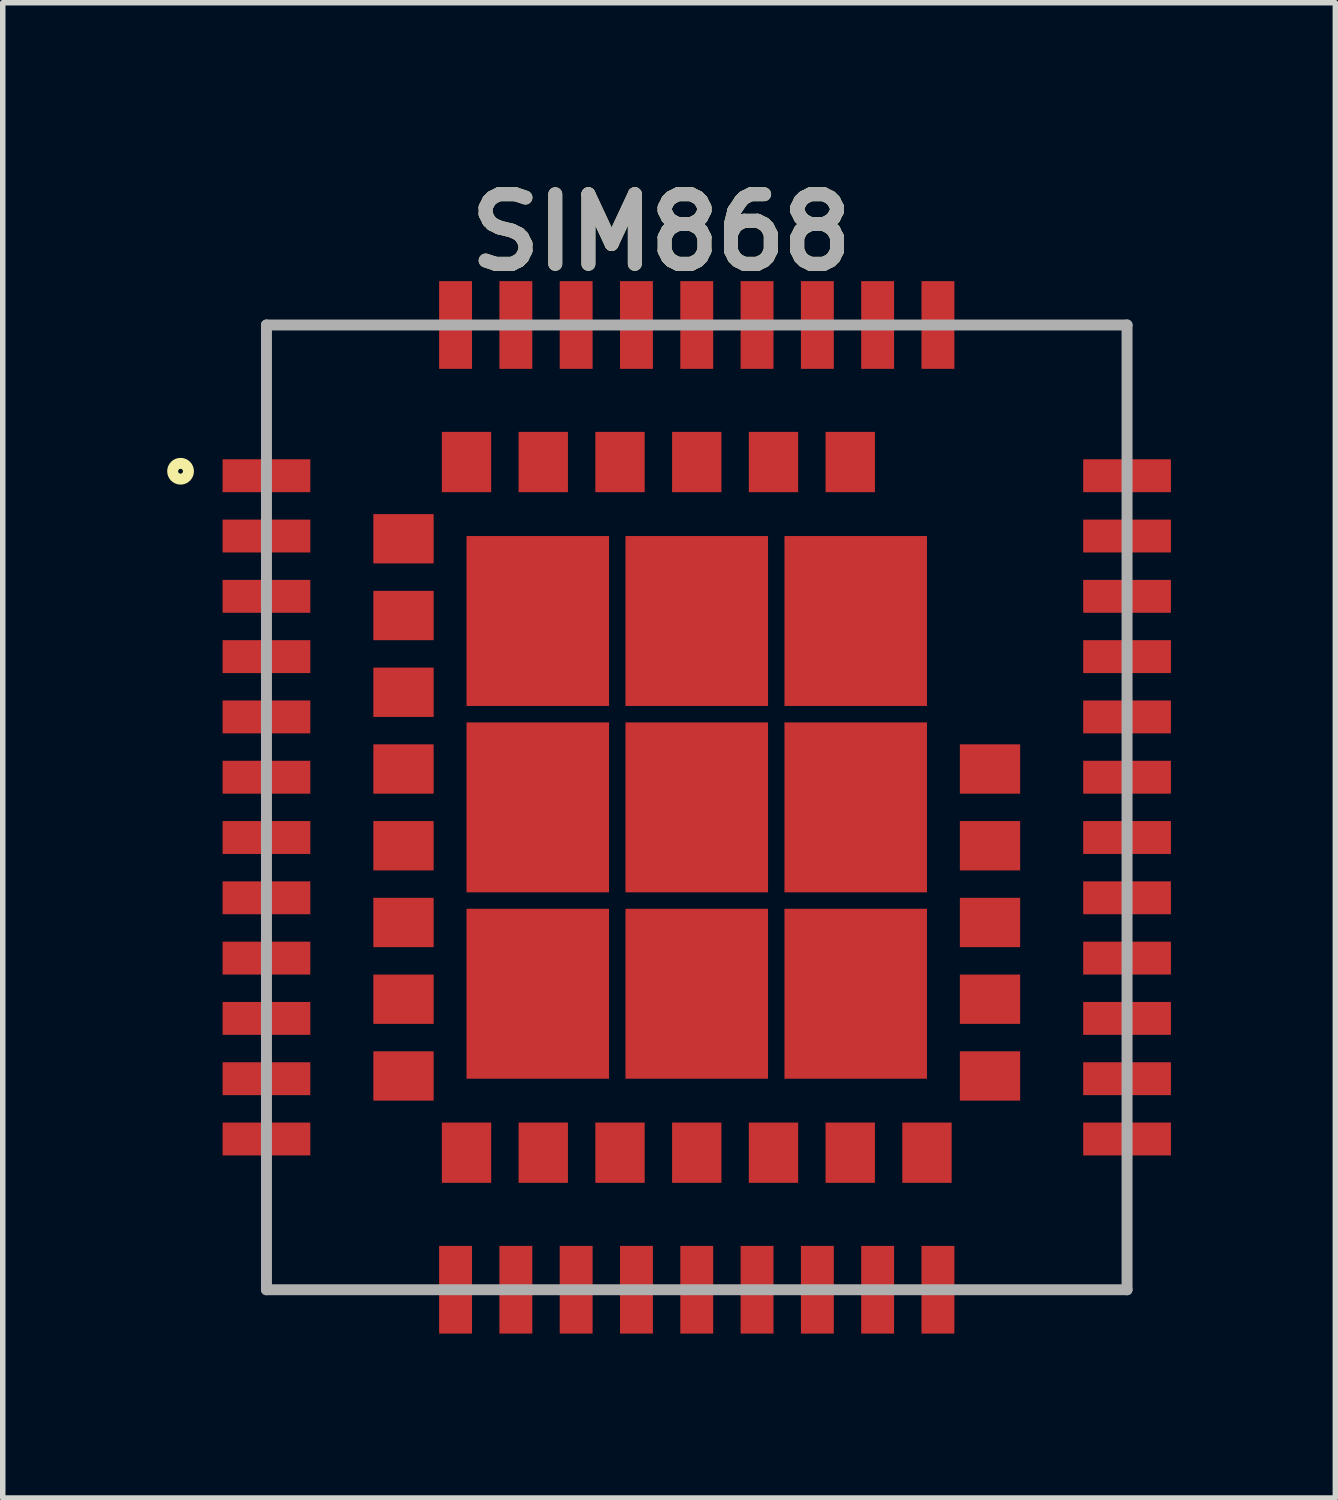
<source format=kicad_pcb>
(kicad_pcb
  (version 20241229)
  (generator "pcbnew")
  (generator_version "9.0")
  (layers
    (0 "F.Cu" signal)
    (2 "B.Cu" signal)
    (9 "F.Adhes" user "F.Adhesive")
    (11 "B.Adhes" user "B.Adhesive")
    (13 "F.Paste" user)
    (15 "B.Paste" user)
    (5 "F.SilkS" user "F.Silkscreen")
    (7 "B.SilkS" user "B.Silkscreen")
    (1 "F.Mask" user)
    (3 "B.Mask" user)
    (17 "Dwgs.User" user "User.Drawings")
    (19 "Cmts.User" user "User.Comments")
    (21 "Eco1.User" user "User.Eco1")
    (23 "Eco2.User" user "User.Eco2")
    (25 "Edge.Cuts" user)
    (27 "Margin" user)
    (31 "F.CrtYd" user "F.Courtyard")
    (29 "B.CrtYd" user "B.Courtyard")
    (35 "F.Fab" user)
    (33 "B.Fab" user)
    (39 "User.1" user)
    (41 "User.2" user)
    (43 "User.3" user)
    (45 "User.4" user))
  (footprint "SIM868"
    (layer "F.Cu")
    (at 9.661 11.679)
    (property "Reference" "SIM868" (at -0.646 -10.49 0) (layer "F.SilkS") (effects (font (size 1.27 1.27) (thickness 0.254))))
    (attr smd)
    (fp_circle (center -9.417 -6.132) (end -9.417 -5.988) (stroke (width 0.2) (type solid)) (fill no) (layer "F.SilkS"))
    (fp_line (start -7.85 -8.8) (end 7.85 -8.8) (stroke (width 0.2) (type solid)) (layer "F.Fab"))
    (fp_line (start -7.85 8.8) (end -7.85 -8.8) (stroke (width 0.2) (type solid)) (layer "F.Fab"))
    (fp_line (start 7.85 -8.8) (end 7.85 8.8) (stroke (width 0.2) (type solid)) (layer "F.Fab"))
    (fp_line (start 7.85 8.8) (end -7.85 8.8) (stroke (width 0.2) (type solid)) (layer "F.Fab"))
    (fp_text user "${REFERENCE}" (at -0.646 -10.49 0) (layer "F.Fab") (effects (font (size 1.27 1.27) (thickness 0.254))))
    (pad "1" smd rect (at -7.85 -6.05 90) (size 0.6 1.6) (layers "F.Cu" "F.Mask" "F.Paste"))
    (pad "2" smd rect (at -7.85 -4.95 90) (size 0.6 1.6) (layers "F.Cu" "F.Mask" "F.Paste"))
    (pad "3" smd rect (at -7.85 -3.85 90) (size 0.6 1.6) (layers "F.Cu" "F.Mask" "F.Paste"))
    (pad "4" smd rect (at -7.85 -2.75 90) (size 0.6 1.6) (layers "F.Cu" "F.Mask" "F.Paste"))
    (pad "5" smd rect (at -7.85 -1.65 90) (size 0.6 1.6) (layers "F.Cu" "F.Mask" "F.Paste"))
    (pad "6" smd rect (at -7.85 -0.55 90) (size 0.6 1.6) (layers "F.Cu" "F.Mask" "F.Paste"))
    (pad "7" smd rect (at -7.85 0.55 90) (size 0.6 1.6) (layers "F.Cu" "F.Mask" "F.Paste"))
    (pad "8" smd rect (at -7.85 1.65 90) (size 0.6 1.6) (layers "F.Cu" "F.Mask" "F.Paste"))
    (pad "9" smd rect (at -7.85 2.75 90) (size 0.6 1.6) (layers "F.Cu" "F.Mask" "F.Paste"))
    (pad "10" smd rect (at -7.85 3.85 90) (size 0.6 1.6) (layers "F.Cu" "F.Mask" "F.Paste"))
    (pad "11" smd rect (at -7.85 4.95 90) (size 0.6 1.6) (layers "F.Cu" "F.Mask" "F.Paste"))
    (pad "12" smd rect (at -7.85 6.05 90) (size 0.6 1.6) (layers "F.Cu" "F.Mask" "F.Paste"))
    (pad "13" smd rect (at -4.4 8.8) (size 0.6 1.6) (layers "F.Cu" "F.Mask" "F.Paste"))
    (pad "14" smd rect (at -3.3 8.8) (size 0.6 1.6) (layers "F.Cu" "F.Mask" "F.Paste"))
    (pad "15" smd rect (at -2.2 8.8) (size 0.6 1.6) (layers "F.Cu" "F.Mask" "F.Paste"))
    (pad "16" smd rect (at -1.1 8.8) (size 0.6 1.6) (layers "F.Cu" "F.Mask" "F.Paste"))
    (pad "17" smd rect (at 0 8.8) (size 0.6 1.6) (layers "F.Cu" "F.Mask" "F.Paste"))
    (pad "18" smd rect (at 1.1 8.8) (size 0.6 1.6) (layers "F.Cu" "F.Mask" "F.Paste"))
    (pad "19" smd rect (at 2.2 8.8) (size 0.6 1.6) (layers "F.Cu" "F.Mask" "F.Paste"))
    (pad "20" smd rect (at 3.3 8.8) (size 0.6 1.6) (layers "F.Cu" "F.Mask" "F.Paste"))
    (pad "21" smd rect (at 4.4 8.8) (size 0.6 1.6) (layers "F.Cu" "F.Mask" "F.Paste"))
    (pad "22" smd rect (at 7.85 6.05 90) (size 0.6 1.6) (layers "F.Cu" "F.Mask" "F.Paste"))
    (pad "23" smd rect (at 7.85 4.95 90) (size 0.6 1.6) (layers "F.Cu" "F.Mask" "F.Paste"))
    (pad "24" smd rect (at 7.85 3.85 90) (size 0.6 1.6) (layers "F.Cu" "F.Mask" "F.Paste"))
    (pad "25" smd rect (at 7.85 2.75 90) (size 0.6 1.6) (layers "F.Cu" "F.Mask" "F.Paste"))
    (pad "26" smd rect (at 7.85 1.65 90) (size 0.6 1.6) (layers "F.Cu" "F.Mask" "F.Paste"))
    (pad "27" smd rect (at 7.85 0.55 90) (size 0.6 1.6) (layers "F.Cu" "F.Mask" "F.Paste"))
    (pad "28" smd rect (at 7.85 -0.55 90) (size 0.6 1.6) (layers "F.Cu" "F.Mask" "F.Paste"))
    (pad "29" smd rect (at 7.85 -1.65 90) (size 0.6 1.6) (layers "F.Cu" "F.Mask" "F.Paste"))
    (pad "30" smd rect (at 7.85 -2.75 90) (size 0.6 1.6) (layers "F.Cu" "F.Mask" "F.Paste"))
    (pad "31" smd rect (at 7.85 -3.85 90) (size 0.6 1.6) (layers "F.Cu" "F.Mask" "F.Paste"))
    (pad "32" smd rect (at 7.85 -4.95 90) (size 0.6 1.6) (layers "F.Cu" "F.Mask" "F.Paste"))
    (pad "33" smd rect (at 7.85 -6.05 90) (size 0.6 1.6) (layers "F.Cu" "F.Mask" "F.Paste"))
    (pad "34" smd rect (at 4.4 -8.8) (size 0.6 1.6) (layers "F.Cu" "F.Mask" "F.Paste"))
    (pad "35" smd rect (at 3.3 -8.8) (size 0.6 1.6) (layers "F.Cu" "F.Mask" "F.Paste"))
    (pad "36" smd rect (at 2.2 -8.8) (size 0.6 1.6) (layers "F.Cu" "F.Mask" "F.Paste"))
    (pad "37" smd rect (at 1.1 -8.8) (size 0.6 1.6) (layers "F.Cu" "F.Mask" "F.Paste"))
    (pad "38" smd rect (at 0 -8.8) (size 0.6 1.6) (layers "F.Cu" "F.Mask" "F.Paste"))
    (pad "39" smd rect (at -1.1 -8.8) (size 0.6 1.6) (layers "F.Cu" "F.Mask" "F.Paste"))
    (pad "40" smd rect (at -2.2 -8.8) (size 0.6 1.6) (layers "F.Cu" "F.Mask" "F.Paste"))
    (pad "41" smd rect (at -3.3 -8.8) (size 0.6 1.6) (layers "F.Cu" "F.Mask" "F.Paste"))
    (pad "42" smd rect (at -4.4 -8.8) (size 0.6 1.6) (layers "F.Cu" "F.Mask" "F.Paste"))
    (pad "43" smd rect (at -5.35 -4.9 90) (size 0.9 1.1) (layers "F.Cu" "F.Mask" "F.Paste"))
    (pad "44" smd rect (at -5.35 -3.5 90) (size 0.9 1.1) (layers "F.Cu" "F.Mask" "F.Paste"))
    (pad "45" smd rect (at -5.35 -2.1 90) (size 0.9 1.1) (layers "F.Cu" "F.Mask" "F.Paste"))
    (pad "46" smd rect (at -5.35 -0.7 90) (size 0.9 1.1) (layers "F.Cu" "F.Mask" "F.Paste"))
    (pad "47" smd rect (at -5.35 0.7 90) (size 0.9 1.1) (layers "F.Cu" "F.Mask" "F.Paste"))
    (pad "48" smd rect (at -5.35 2.1 90) (size 0.9 1.1) (layers "F.Cu" "F.Mask" "F.Paste"))
    (pad "49" smd rect (at -5.35 3.5 90) (size 0.9 1.1) (layers "F.Cu" "F.Mask" "F.Paste"))
    (pad "50" smd rect (at -5.35 4.9 90) (size 0.9 1.1) (layers "F.Cu" "F.Mask" "F.Paste"))
    (pad "51" smd rect (at -4.2 6.3) (size 0.9 1.1) (layers "F.Cu" "F.Mask" "F.Paste"))
    (pad "52" smd rect (at -2.8 6.3) (size 0.9 1.1) (layers "F.Cu" "F.Mask" "F.Paste"))
    (pad "53" smd rect (at -1.4 6.3) (size 0.9 1.1) (layers "F.Cu" "F.Mask" "F.Paste"))
    (pad "54" smd rect (at 0 6.3) (size 0.9 1.1) (layers "F.Cu" "F.Mask" "F.Paste"))
    (pad "55" smd rect (at 1.4 6.3) (size 0.9 1.1) (layers "F.Cu" "F.Mask" "F.Paste"))
    (pad "56" smd rect (at 2.8 6.3) (size 0.9 1.1) (layers "F.Cu" "F.Mask" "F.Paste"))
    (pad "57" smd rect (at 4.2 6.3) (size 0.9 1.1) (layers "F.Cu" "F.Mask" "F.Paste"))
    (pad "58" smd rect (at 5.35 4.9 90) (size 0.9 1.1) (layers "F.Cu" "F.Mask" "F.Paste"))
    (pad "59" smd rect (at 5.35 3.5 90) (size 0.9 1.1) (layers "F.Cu" "F.Mask" "F.Paste"))
    (pad "60" smd rect (at 5.35 2.1 90) (size 0.9 1.1) (layers "F.Cu" "F.Mask" "F.Paste"))
    (pad "61" smd rect (at 5.35 0.7 90) (size 0.9 1.1) (layers "F.Cu" "F.Mask" "F.Paste"))
    (pad "62" smd rect (at 5.35 -0.7 90) (size 0.9 1.1) (layers "F.Cu" "F.Mask" "F.Paste"))
    (pad "63" smd rect (at 2.8 -6.3) (size 0.9 1.1) (layers "F.Cu" "F.Mask" "F.Paste"))
    (pad "64" smd rect (at 1.4 -6.3) (size 0.9 1.1) (layers "F.Cu" "F.Mask" "F.Paste"))
    (pad "65" smd rect (at 0 -6.3) (size 0.9 1.1) (layers "F.Cu" "F.Mask" "F.Paste"))
    (pad "66" smd rect (at -1.4 -6.3) (size 0.9 1.1) (layers "F.Cu" "F.Mask" "F.Paste"))
    (pad "67" smd rect (at -2.8 -6.3) (size 0.9 1.1) (layers "F.Cu" "F.Mask" "F.Paste"))
    (pad "68" smd rect (at -4.2 -6.3) (size 0.9 1.1) (layers "F.Cu" "F.Mask" "F.Paste"))
    (pad "69" smd rect (at -2.9 -3.4) (size 2.6 3.1) (layers "F.Cu" "F.Mask" "F.Paste"))
    (pad "70" smd rect (at -2.9 0) (size 2.6 3.1) (layers "F.Cu" "F.Mask" "F.Paste"))
    (pad "71" smd rect (at -2.9 3.4) (size 2.6 3.1) (layers "F.Cu" "F.Mask" "F.Paste"))
    (pad "72" smd rect (at 0 3.4) (size 2.6 3.1) (layers "F.Cu" "F.Mask" "F.Paste"))
    (pad "73" smd rect (at 2.9 3.4) (size 2.6 3.1) (layers "F.Cu" "F.Mask" "F.Paste"))
    (pad "74" smd rect (at 2.9 0) (size 2.6 3.1) (layers "F.Cu" "F.Mask" "F.Paste"))
    (pad "75" smd rect (at 2.9 -3.4) (size 2.6 3.1) (layers "F.Cu" "F.Mask" "F.Paste"))
    (pad "76" smd rect (at 0 -3.4) (size 2.6 3.1) (layers "F.Cu" "F.Mask" "F.Paste"))
    (pad "77" smd rect (at 0 0) (size 2.6 3.1) (layers "F.Cu" "F.Mask" "F.Paste")))
  (gr_rect
    (start -3 -3)
    (end 21.311 24.279)
    (stroke (width 0.1) (type default))
    (fill no)
    (layer "Edge.Cuts")))
</source>
